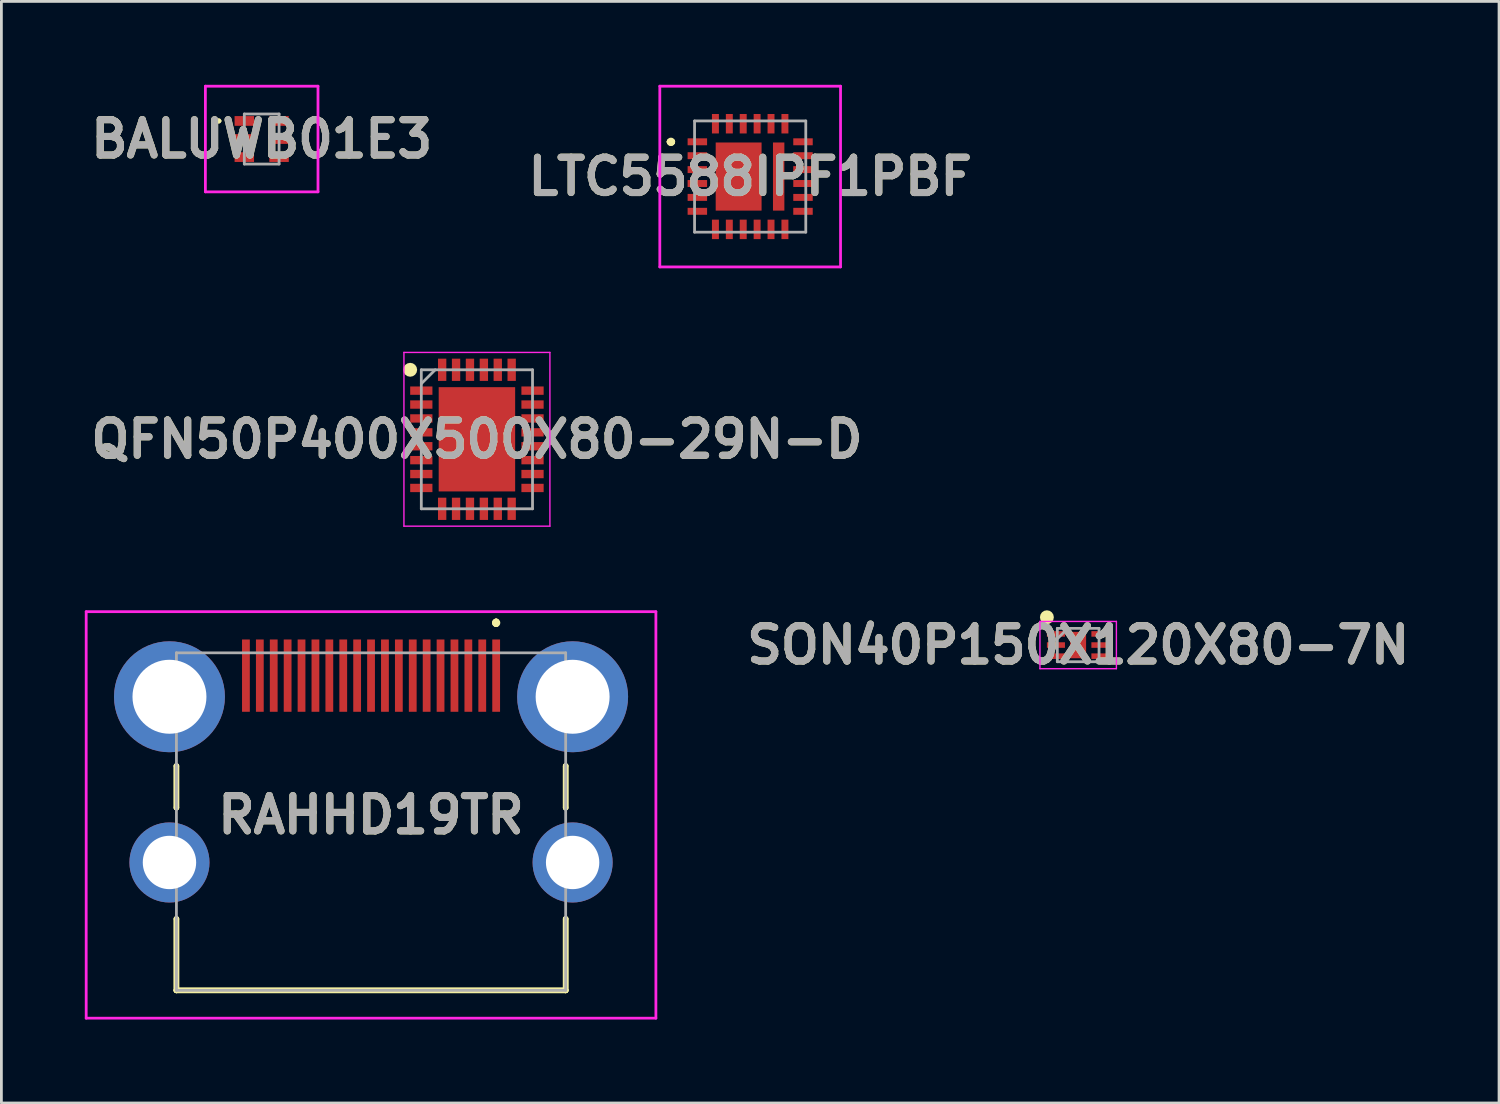
<source format=kicad_pcb>
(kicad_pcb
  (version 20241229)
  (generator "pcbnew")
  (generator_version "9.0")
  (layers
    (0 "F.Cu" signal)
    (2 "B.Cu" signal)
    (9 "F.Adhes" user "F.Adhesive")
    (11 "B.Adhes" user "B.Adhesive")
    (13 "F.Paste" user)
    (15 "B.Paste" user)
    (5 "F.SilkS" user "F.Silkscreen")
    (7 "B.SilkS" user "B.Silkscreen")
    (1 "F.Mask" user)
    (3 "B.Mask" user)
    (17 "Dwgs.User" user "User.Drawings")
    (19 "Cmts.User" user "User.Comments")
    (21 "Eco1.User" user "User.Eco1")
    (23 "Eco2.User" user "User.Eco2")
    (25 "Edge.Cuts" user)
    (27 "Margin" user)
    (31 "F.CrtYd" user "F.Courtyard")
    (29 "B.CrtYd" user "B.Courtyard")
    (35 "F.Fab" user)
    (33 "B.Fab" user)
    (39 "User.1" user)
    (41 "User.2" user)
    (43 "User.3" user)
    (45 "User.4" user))
  (footprint "QFN50P400X500X80-29N-D"
    (layer "F.Cu")
    (at 14.103 12.75)
    (property "Reference" "QFN50P400X500X80-29N-D" (at 0 0 0) (layer "F.SilkS") (effects (font (size 1.27 1.27) (thickness 0.254))))
    (attr smd)
    (fp_circle (center -2.4 -2.5) (end -2.4 -2.375) (stroke (width 0.25) (type solid)) (fill no) (layer "F.SilkS"))
    (fp_line (start -2.625 -3.125) (end 2.625 -3.125) (stroke (width 0.05) (type solid)) (layer "F.CrtYd"))
    (fp_line (start -2.625 3.125) (end -2.625 -3.125) (stroke (width 0.05) (type solid)) (layer "F.CrtYd"))
    (fp_line (start 2.625 -3.125) (end 2.625 3.125) (stroke (width 0.05) (type solid)) (layer "F.CrtYd"))
    (fp_line (start 2.625 3.125) (end -2.625 3.125) (stroke (width 0.05) (type solid)) (layer "F.CrtYd"))
    (fp_line (start -2 -2.5) (end 2 -2.5) (stroke (width 0.1) (type solid)) (layer "F.Fab"))
    (fp_line (start -2 -2) (end -1.5 -2.5) (stroke (width 0.1) (type solid)) (layer "F.Fab"))
    (fp_line (start -2 2.5) (end -2 -2.5) (stroke (width 0.1) (type solid)) (layer "F.Fab"))
    (fp_line (start 2 -2.5) (end 2 2.5) (stroke (width 0.1) (type solid)) (layer "F.Fab"))
    (fp_line (start 2 2.5) (end -2 2.5) (stroke (width 0.1) (type solid)) (layer "F.Fab"))
    (fp_text user "${REFERENCE}" (at 0 0 0) (layer "F.Fab") (effects (font (size 1.27 1.27) (thickness 0.254))))
    (pad "1" smd rect (at -2 -1.75 90) (size 0.3 0.8) (layers "F.Cu" "F.Mask" "F.Paste"))
    (pad "2" smd rect (at -2 -1.25 90) (size 0.3 0.8) (layers "F.Cu" "F.Mask" "F.Paste"))
    (pad "3" smd rect (at -2 -0.75 90) (size 0.3 0.8) (layers "F.Cu" "F.Mask" "F.Paste"))
    (pad "4" smd rect (at -2 -0.25 90) (size 0.3 0.8) (layers "F.Cu" "F.Mask" "F.Paste"))
    (pad "5" smd rect (at -2 0.25 90) (size 0.3 0.8) (layers "F.Cu" "F.Mask" "F.Paste"))
    (pad "6" smd rect (at -2 0.75 90) (size 0.3 0.8) (layers "F.Cu" "F.Mask" "F.Paste"))
    (pad "7" smd rect (at -2 1.25 90) (size 0.3 0.8) (layers "F.Cu" "F.Mask" "F.Paste"))
    (pad "8" smd rect (at -2 1.75 90) (size 0.3 0.8) (layers "F.Cu" "F.Mask" "F.Paste"))
    (pad "9" smd rect (at -1.25 2.5) (size 0.3 0.8) (layers "F.Cu" "F.Mask" "F.Paste"))
    (pad "10" smd rect (at -0.75 2.5) (size 0.3 0.8) (layers "F.Cu" "F.Mask" "F.Paste"))
    (pad "11" smd rect (at -0.25 2.5) (size 0.3 0.8) (layers "F.Cu" "F.Mask" "F.Paste"))
    (pad "12" smd rect (at 0.25 2.5) (size 0.3 0.8) (layers "F.Cu" "F.Mask" "F.Paste"))
    (pad "13" smd rect (at 0.75 2.5) (size 0.3 0.8) (layers "F.Cu" "F.Mask" "F.Paste"))
    (pad "14" smd rect (at 1.25 2.5) (size 0.3 0.8) (layers "F.Cu" "F.Mask" "F.Paste"))
    (pad "15" smd rect (at 2 1.75 90) (size 0.3 0.8) (layers "F.Cu" "F.Mask" "F.Paste"))
    (pad "16" smd rect (at 2 1.25 90) (size 0.3 0.8) (layers "F.Cu" "F.Mask" "F.Paste"))
    (pad "17" smd rect (at 2 0.75 90) (size 0.3 0.8) (layers "F.Cu" "F.Mask" "F.Paste"))
    (pad "18" smd rect (at 2 0.25 90) (size 0.3 0.8) (layers "F.Cu" "F.Mask" "F.Paste"))
    (pad "19" smd rect (at 2 -0.25 90) (size 0.3 0.8) (layers "F.Cu" "F.Mask" "F.Paste"))
    (pad "20" smd rect (at 2 -0.75 90) (size 0.3 0.8) (layers "F.Cu" "F.Mask" "F.Paste"))
    (pad "21" smd rect (at 2 -1.25 90) (size 0.3 0.8) (layers "F.Cu" "F.Mask" "F.Paste"))
    (pad "22" smd rect (at 2 -1.75 90) (size 0.3 0.8) (layers "F.Cu" "F.Mask" "F.Paste"))
    (pad "23" smd rect (at 1.25 -2.5) (size 0.3 0.8) (layers "F.Cu" "F.Mask" "F.Paste"))
    (pad "24" smd rect (at 0.75 -2.5) (size 0.3 0.8) (layers "F.Cu" "F.Mask" "F.Paste"))
    (pad "25" smd rect (at 0.25 -2.5) (size 0.3 0.8) (layers "F.Cu" "F.Mask" "F.Paste"))
    (pad "26" smd rect (at -0.25 -2.5) (size 0.3 0.8) (layers "F.Cu" "F.Mask" "F.Paste"))
    (pad "27" smd rect (at -0.75 -2.5) (size 0.3 0.8) (layers "F.Cu" "F.Mask" "F.Paste"))
    (pad "28" smd rect (at -1.25 -2.5) (size 0.3 0.8) (layers "F.Cu" "F.Mask" "F.Paste"))
    (pad "29" smd rect (at 0 0) (size 2.75 3.75) (layers "F.Cu" "F.Mask" "F.Paste")))
  (footprint "SON40P150X120X80-7N"
    (layer "F.Cu")
    (at 35.728 20.15)
    (property "Reference" "SON40P150X120X80-7N" (at 0 0 0) (layer "F.SilkS") (effects (font (size 1.27 1.27) (thickness 0.254))))
    (attr smd)
    (fp_circle (center -1.125 -1) (end -1.125 -0.875) (stroke (width 0.25) (type solid)) (fill no) (layer "F.SilkS"))
    (fp_line (start -1.375 -0.85) (end 1.375 -0.85) (stroke (width 0.05) (type solid)) (layer "F.CrtYd"))
    (fp_line (start -1.375 0.85) (end -1.375 -0.85) (stroke (width 0.05) (type solid)) (layer "F.CrtYd"))
    (fp_line (start 1.375 -0.85) (end 1.375 0.85) (stroke (width 0.05) (type solid)) (layer "F.CrtYd"))
    (fp_line (start 1.375 0.85) (end -1.375 0.85) (stroke (width 0.05) (type solid)) (layer "F.CrtYd"))
    (fp_line (start -0.75 -0.6) (end 0.75 -0.6) (stroke (width 0.1) (type solid)) (layer "F.Fab"))
    (fp_line (start -0.75 -0.225) (end -0.375 -0.6) (stroke (width 0.1) (type solid)) (layer "F.Fab"))
    (fp_line (start -0.75 0.6) (end -0.75 -0.6) (stroke (width 0.1) (type solid)) (layer "F.Fab"))
    (fp_line (start 0.75 -0.6) (end 0.75 0.6) (stroke (width 0.1) (type solid)) (layer "F.Fab"))
    (fp_line (start 0.75 0.6) (end -0.75 0.6) (stroke (width 0.1) (type solid)) (layer "F.Fab"))
    (fp_text user "${REFERENCE}" (at 0 0 0) (layer "F.Fab") (effects (font (size 1.27 1.27) (thickness 0.254))))
    (pad "1" smd rect (at -0.8 -0.4 90) (size 0.2 0.65) (layers "F.Cu" "F.Mask" "F.Paste"))
    (pad "2" smd rect (at -0.8 0 90) (size 0.2 0.65) (layers "F.Cu" "F.Mask" "F.Paste"))
    (pad "3" smd rect (at -0.8 0.4 90) (size 0.2 0.65) (layers "F.Cu" "F.Mask" "F.Paste"))
    (pad "4" smd rect (at 0.8 0.4 90) (size 0.2 0.65) (layers "F.Cu" "F.Mask" "F.Paste"))
    (pad "5" smd rect (at 0.8 0 90) (size 0.2 0.65) (layers "F.Cu" "F.Mask" "F.Paste"))
    (pad "6" smd rect (at 0.8 -0.4 90) (size 0.2 0.65) (layers "F.Cu" "F.Mask" "F.Paste"))
    (pad "7" smd rect (at 0 0) (size 0.57 0.95) (layers "F.Cu" "F.Mask" "F.Paste")))
  (footprint "BALUWB01E3"
    (layer "F.Cu")
    (at 6.362 1.95)
    (property "Reference" "BALUWB01E3" (at 0 0 0) (layer "F.SilkS") (effects (font (size 1.27 1.27) (thickness 0.254))))
    (attr smd)
    (fp_line (start -1.6 -0.65) (end -1.6 -0.65) (stroke (width 0.1) (type solid)) (layer "F.SilkS"))
    (fp_line (start -1.5 -0.65) (end -1.5 -0.65) (stroke (width 0.1) (type solid)) (layer "F.SilkS"))
    (fp_arc (start -1.6 -0.65) (mid -1.55 -0.7) (end -1.5 -0.65) (stroke (width 0.1) (type solid)) (layer "F.SilkS"))
    (fp_arc (start -1.5 -0.65) (mid -1.55 -0.6) (end -1.6 -0.65) (stroke (width 0.1) (type solid)) (layer "F.SilkS"))
    (fp_line (start -2.025 -1.9) (end 2.025 -1.9) (stroke (width 0.1) (type solid)) (layer "F.CrtYd"))
    (fp_line (start -2.025 1.9) (end -2.025 -1.9) (stroke (width 0.1) (type solid)) (layer "F.CrtYd"))
    (fp_line (start 2.025 -1.9) (end 2.025 1.9) (stroke (width 0.1) (type solid)) (layer "F.CrtYd"))
    (fp_line (start 2.025 1.9) (end -2.025 1.9) (stroke (width 0.1) (type solid)) (layer "F.CrtYd"))
    (fp_line (start -0.625 -0.9) (end 0.625 -0.9) (stroke (width 0.1) (type solid)) (layer "F.Fab"))
    (fp_line (start -0.625 0.9) (end -0.625 -0.9) (stroke (width 0.1) (type solid)) (layer "F.Fab"))
    (fp_line (start 0.625 -0.9) (end 0.625 0.9) (stroke (width 0.1) (type solid)) (layer "F.Fab"))
    (fp_line (start 0.625 0.9) (end -0.625 0.9) (stroke (width 0.1) (type solid)) (layer "F.Fab"))
    (fp_text user "${REFERENCE}" (at 0 0 0) (layer "F.Fab") (effects (font (size 1.27 1.27) (thickness 0.254))))
    (pad "1" smd rect (at -0.625 -0.65 90) (size 0.35 0.7) (layers "F.Cu" "F.Mask" "F.Paste"))
    (pad "2" smd rect (at -0.625 0 90) (size 0.35 0.7) (layers "F.Cu" "F.Mask" "F.Paste"))
    (pad "3" smd rect (at -0.625 0.65 90) (size 0.35 0.7) (layers "F.Cu" "F.Mask" "F.Paste"))
    (pad "4" smd rect (at 0.625 0.65 90) (size 0.35 0.7) (layers "F.Cu" "F.Mask" "F.Paste"))
    (pad "5" smd rect (at 0.625 0 90) (size 0.35 0.7) (layers "F.Cu" "F.Mask" "F.Paste"))
    (pad "6" smd rect (at 0.625 -0.65 90) (size 0.35 0.7) (layers "F.Cu" "F.Mask" "F.Paste")))
  (footprint "RAHHD19TR"
    (layer "F.Cu")
    (at 10.295 26.5)
    (property "Reference" "RAHHD19TR" (at 0 -0.24 0) (layer "F.SilkS") (effects (font (size 1.27 1.27) (thickness 0.254))))
    (attr through_hole)
    (fp_line (start -7 -2) (end -7 -2) (stroke (width 0.2) (type solid)) (layer "F.SilkS"))
    (fp_line (start -7 -2) (end -7 -0.5) (stroke (width 0.2) (type solid)) (layer "F.SilkS"))
    (fp_line (start -7 -0.5) (end -7 -2) (stroke (width 0.2) (type solid)) (layer "F.SilkS"))
    (fp_line (start -7 -0.5) (end -7 -0.5) (stroke (width 0.2) (type solid)) (layer "F.SilkS"))
    (fp_line (start -7 3.5) (end -7 3.5) (stroke (width 0.2) (type solid)) (layer "F.SilkS"))
    (fp_line (start -7 3.5) (end -7 6.07) (stroke (width 0.2) (type solid)) (layer "F.SilkS"))
    (fp_line (start -7 6.07) (end -7 3.5) (stroke (width 0.2) (type solid)) (layer "F.SilkS"))
    (fp_line (start -7 6.07) (end -7 6.07) (stroke (width 0.2) (type solid)) (layer "F.SilkS"))
    (fp_line (start -7 6.07) (end -7 6.07) (stroke (width 0.2) (type solid)) (layer "F.SilkS"))
    (fp_line (start -7 6.07) (end 7 6.07) (stroke (width 0.2) (type solid)) (layer "F.SilkS"))
    (fp_line (start 4.5 -7.2) (end 4.5 -7.2) (stroke (width 0.2) (type solid)) (layer "F.SilkS"))
    (fp_line (start 4.5 -7.2) (end 4.5 -7.2) (stroke (width 0.2) (type solid)) (layer "F.SilkS"))
    (fp_line (start 4.5 -7.1) (end 4.5 -7.1) (stroke (width 0.2) (type solid)) (layer "F.SilkS"))
    (fp_line (start 7 -2) (end 7 -2) (stroke (width 0.2) (type solid)) (layer "F.SilkS"))
    (fp_line (start 7 -2) (end 7 -0.5) (stroke (width 0.2) (type solid)) (layer "F.SilkS"))
    (fp_line (start 7 -0.5) (end 7 -2) (stroke (width 0.2) (type solid)) (layer "F.SilkS"))
    (fp_line (start 7 -0.5) (end 7 -0.5) (stroke (width 0.2) (type solid)) (layer "F.SilkS"))
    (fp_line (start 7 3.5) (end 7 3.5) (stroke (width 0.2) (type solid)) (layer "F.SilkS"))
    (fp_line (start 7 3.5) (end 7 6.07) (stroke (width 0.2) (type solid)) (layer "F.SilkS"))
    (fp_line (start 7 6.07) (end -7 6.07) (stroke (width 0.2) (type solid)) (layer "F.SilkS"))
    (fp_line (start 7 6.07) (end 7 3.5) (stroke (width 0.2) (type solid)) (layer "F.SilkS"))
    (fp_line (start 7 6.07) (end 7 6.07) (stroke (width 0.2) (type solid)) (layer "F.SilkS"))
    (fp_line (start 7 6.07) (end 7 6.07) (stroke (width 0.2) (type solid)) (layer "F.SilkS"))
    (fp_arc (start 4.5 -7.2) (mid 4.55 -7.15) (end 4.5 -7.1) (stroke (width 0.2) (type solid)) (layer "F.SilkS"))
    (fp_arc (start 4.5 -7.1) (mid 4.45 -7.15) (end 4.5 -7.2) (stroke (width 0.2) (type solid)) (layer "F.SilkS"))
    (fp_arc (start 4.5 -7.1) (mid 4.45 -7.15) (end 4.5 -7.2) (stroke (width 0.2) (type solid)) (layer "F.SilkS"))
    (fp_line (start -10.245 -7.55) (end 10.245 -7.55) (stroke (width 0.1) (type solid)) (layer "F.CrtYd"))
    (fp_line (start -10.245 7.07) (end -10.245 -7.55) (stroke (width 0.1) (type solid)) (layer "F.CrtYd"))
    (fp_line (start 10.245 -7.55) (end 10.245 7.07) (stroke (width 0.1) (type solid)) (layer "F.CrtYd"))
    (fp_line (start 10.245 7.07) (end -10.245 7.07) (stroke (width 0.1) (type solid)) (layer "F.CrtYd"))
    (fp_line (start -7 -6.07) (end -7 6.07) (stroke (width 0.1) (type solid)) (layer "F.Fab"))
    (fp_line (start -7 6.07) (end 7 6.07) (stroke (width 0.1) (type solid)) (layer "F.Fab"))
    (fp_line (start 7 -6.07) (end -7 -6.07) (stroke (width 0.1) (type solid)) (layer "F.Fab"))
    (fp_line (start 7 6.07) (end 7 -6.07) (stroke (width 0.1) (type solid)) (layer "F.Fab"))
    (fp_text user "${REFERENCE}" (at 0 -0.24 0) (layer "F.Fab") (effects (font (size 1.27 1.27) (thickness 0.254))))
    (pad "1" smd rect (at 4.5 -5.25) (size 0.28 2.6) (layers "F.Cu" "F.Mask" "F.Paste"))
    (pad "2" smd rect (at 4 -5.25) (size 0.28 2.6) (layers "F.Cu" "F.Mask" "F.Paste"))
    (pad "3" smd rect (at 3.5 -5.25) (size 0.28 2.6) (layers "F.Cu" "F.Mask" "F.Paste"))
    (pad "4" smd rect (at 3 -5.25) (size 0.28 2.6) (layers "F.Cu" "F.Mask" "F.Paste"))
    (pad "5" smd rect (at 2.5 -5.25) (size 0.28 2.6) (layers "F.Cu" "F.Mask" "F.Paste"))
    (pad "6" smd rect (at 2 -5.25) (size 0.28 2.6) (layers "F.Cu" "F.Mask" "F.Paste"))
    (pad "7" smd rect (at 1.5 -5.25) (size 0.28 2.6) (layers "F.Cu" "F.Mask" "F.Paste"))
    (pad "8" smd rect (at 1 -5.25) (size 0.28 2.6) (layers "F.Cu" "F.Mask" "F.Paste"))
    (pad "9" smd rect (at 0.5 -5.25) (size 0.28 2.6) (layers "F.Cu" "F.Mask" "F.Paste"))
    (pad "10" smd rect (at 0 -5.25) (size 0.28 2.6) (layers "F.Cu" "F.Mask" "F.Paste"))
    (pad "11" smd rect (at -0.5 -5.25) (size 0.28 2.6) (layers "F.Cu" "F.Mask" "F.Paste"))
    (pad "12" smd rect (at -1 -5.25) (size 0.28 2.6) (layers "F.Cu" "F.Mask" "F.Paste"))
    (pad "13" smd rect (at -1.5 -5.25) (size 0.28 2.6) (layers "F.Cu" "F.Mask" "F.Paste"))
    (pad "14" smd rect (at -2 -5.25) (size 0.28 2.6) (layers "F.Cu" "F.Mask" "F.Paste"))
    (pad "15" smd rect (at -2.5 -5.25) (size 0.28 2.6) (layers "F.Cu" "F.Mask" "F.Paste"))
    (pad "16" smd rect (at -3 -5.25) (size 0.28 2.6) (layers "F.Cu" "F.Mask" "F.Paste"))
    (pad "17" smd rect (at -3.5 -5.25) (size 0.28 2.6) (layers "F.Cu" "F.Mask" "F.Paste"))
    (pad "18" smd rect (at -4 -5.25) (size 0.28 2.6) (layers "F.Cu" "F.Mask" "F.Paste"))
    (pad "19" smd rect (at -4.5 -5.25) (size 0.28 2.6) (layers "F.Cu" "F.Mask" "F.Paste"))
    (pad "MH1" thru_hole circle (at 7.25 -4.49) (size 3.99 3.99) (drill 2.66) (layers "*.Cu" "*.Mask"))
    (pad "MH2" thru_hole circle (at -7.25 -4.49) (size 3.99 3.99) (drill 2.66) (layers "*.Cu" "*.Mask"))
    (pad "MH3" thru_hole circle (at 7.25 1.47) (size 2.88 2.88) (drill 1.92) (layers "*.Cu" "*.Mask"))
    (pad "MH4" thru_hole circle (at -7.25 1.47) (size 2.88 2.88) (drill 1.92) (layers "*.Cu" "*.Mask")))
  (footprint "LTC5588IPF1PBF"
    (layer "F.Cu")
    (at 23.931 3.3)
    (property "Reference" "LTC5588IPF1PBF" (at 0 0 0) (layer "F.SilkS") (effects (font (size 1.27 1.27) (thickness 0.254))))
    (attr smd)
    (fp_line (start -2.9 -1.25) (end -2.9 -1.25) (stroke (width 0.2) (type solid)) (layer "F.SilkS"))
    (fp_line (start -2.9 -1.25) (end -2.9 -1.25) (stroke (width 0.2) (type solid)) (layer "F.SilkS"))
    (fp_line (start -2.8 -1.25) (end -2.8 -1.25) (stroke (width 0.2) (type solid)) (layer "F.SilkS"))
    (fp_arc (start -2.9 -1.25) (mid -2.85 -1.3) (end -2.8 -1.25) (stroke (width 0.2) (type solid)) (layer "F.SilkS"))
    (fp_arc (start -2.8 -1.25) (mid -2.85 -1.2) (end -2.9 -1.25) (stroke (width 0.2) (type solid)) (layer "F.SilkS"))
    (fp_arc (start -2.8 -1.25) (mid -2.85 -1.2) (end -2.9 -1.25) (stroke (width 0.2) (type solid)) (layer "F.SilkS"))
    (fp_line (start -3.25 -3.25) (end 3.25 -3.25) (stroke (width 0.1) (type solid)) (layer "F.CrtYd"))
    (fp_line (start -3.25 3.25) (end -3.25 -3.25) (stroke (width 0.1) (type solid)) (layer "F.CrtYd"))
    (fp_line (start 3.25 -3.25) (end 3.25 3.25) (stroke (width 0.1) (type solid)) (layer "F.CrtYd"))
    (fp_line (start 3.25 3.25) (end -3.25 3.25) (stroke (width 0.1) (type solid)) (layer "F.CrtYd"))
    (fp_line (start -2 -2) (end -2 2) (stroke (width 0.1) (type solid)) (layer "F.Fab"))
    (fp_line (start -2 2) (end 2 2) (stroke (width 0.1) (type solid)) (layer "F.Fab"))
    (fp_line (start 2 -2) (end -2 -2) (stroke (width 0.1) (type solid)) (layer "F.Fab"))
    (fp_line (start 2 2) (end 2 -2) (stroke (width 0.1) (type solid)) (layer "F.Fab"))
    (fp_text user "${REFERENCE}" (at 0 0 0) (layer "F.Fab") (effects (font (size 1.27 1.27) (thickness 0.254))))
    (pad "1" smd rect (at -1.9 -1.25 90) (size 0.25 0.7) (layers "F.Cu" "F.Mask" "F.Paste"))
    (pad "2" smd rect (at -1.9 -0.75 90) (size 0.25 0.7) (layers "F.Cu" "F.Mask" "F.Paste"))
    (pad "3" smd rect (at -1.9 -0.25 90) (size 0.25 0.7) (layers "F.Cu" "F.Mask" "F.Paste"))
    (pad "4" smd rect (at -1.9 0.25 90) (size 0.25 0.7) (layers "F.Cu" "F.Mask" "F.Paste"))
    (pad "5" smd rect (at -1.9 0.75 90) (size 0.25 0.7) (layers "F.Cu" "F.Mask" "F.Paste"))
    (pad "6" smd rect (at -1.9 1.25 90) (size 0.25 0.7) (layers "F.Cu" "F.Mask" "F.Paste"))
    (pad "7" smd rect (at -1.25 1.9) (size 0.25 0.7) (layers "F.Cu" "F.Mask" "F.Paste"))
    (pad "8" smd rect (at -0.75 1.9) (size 0.25 0.7) (layers "F.Cu" "F.Mask" "F.Paste"))
    (pad "9" smd rect (at -0.25 1.9) (size 0.25 0.7) (layers "F.Cu" "F.Mask" "F.Paste"))
    (pad "10" smd rect (at 0.25 1.9) (size 0.25 0.7) (layers "F.Cu" "F.Mask" "F.Paste"))
    (pad "11" smd rect (at 0.75 1.9) (size 0.25 0.7) (layers "F.Cu" "F.Mask" "F.Paste"))
    (pad "12" smd rect (at 1.25 1.9) (size 0.25 0.7) (layers "F.Cu" "F.Mask" "F.Paste"))
    (pad "13" smd rect (at 1.9 1.25 90) (size 0.25 0.7) (layers "F.Cu" "F.Mask" "F.Paste"))
    (pad "14" smd rect (at 1.9 0.75 90) (size 0.25 0.7) (layers "F.Cu" "F.Mask" "F.Paste"))
    (pad "15" smd rect (at 1.9 0.25 90) (size 0.25 0.7) (layers "F.Cu" "F.Mask" "F.Paste"))
    (pad "16" smd rect (at 1.9 -0.25 90) (size 0.25 0.7) (layers "F.Cu" "F.Mask" "F.Paste"))
    (pad "17" smd rect (at 1.9 -0.75 90) (size 0.25 0.7) (layers "F.Cu" "F.Mask" "F.Paste"))
    (pad "18" smd rect (at 1.9 -1.25 90) (size 0.25 0.7) (layers "F.Cu" "F.Mask" "F.Paste"))
    (pad "19" smd rect (at 1.25 -1.9) (size 0.25 0.7) (layers "F.Cu" "F.Mask" "F.Paste"))
    (pad "20" smd rect (at 0.75 -1.9) (size 0.25 0.7) (layers "F.Cu" "F.Mask" "F.Paste"))
    (pad "21" smd rect (at 0.25 -1.9) (size 0.25 0.7) (layers "F.Cu" "F.Mask" "F.Paste"))
    (pad "22" smd rect (at -0.25 -1.9) (size 0.25 0.7) (layers "F.Cu" "F.Mask" "F.Paste"))
    (pad "23" smd rect (at -0.75 -1.9) (size 0.25 0.7) (layers "F.Cu" "F.Mask" "F.Paste"))
    (pad "24" smd rect (at -1.25 -1.9) (size 0.25 0.7) (layers "F.Cu" "F.Mask" "F.Paste"))
    (pad "25" smd rect (at -0.415 0) (size 1.65 2.45) (layers "F.Cu" "F.Mask" "F.Paste"))
    (pad "26" smd rect (at 1.025 0) (size 0.41 2.45) (layers "F.Cu" "F.Mask" "F.Paste")))
  (gr_rect
    (start -3 -3)
    (end 50.865 36.62)
    (stroke (width 0.1) (type default))
    (fill no)
    (layer "Edge.Cuts")))
</source>
